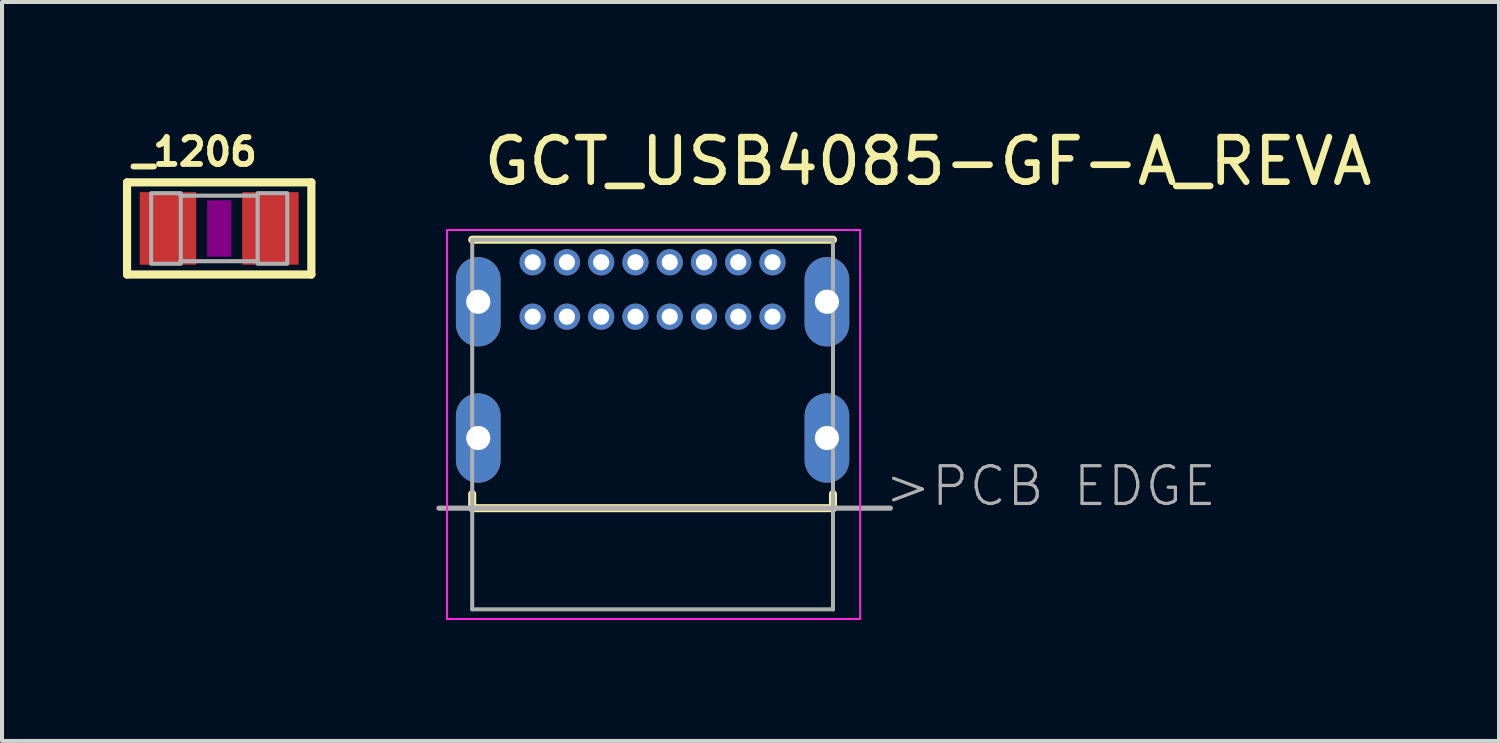
<source format=kicad_pcb>
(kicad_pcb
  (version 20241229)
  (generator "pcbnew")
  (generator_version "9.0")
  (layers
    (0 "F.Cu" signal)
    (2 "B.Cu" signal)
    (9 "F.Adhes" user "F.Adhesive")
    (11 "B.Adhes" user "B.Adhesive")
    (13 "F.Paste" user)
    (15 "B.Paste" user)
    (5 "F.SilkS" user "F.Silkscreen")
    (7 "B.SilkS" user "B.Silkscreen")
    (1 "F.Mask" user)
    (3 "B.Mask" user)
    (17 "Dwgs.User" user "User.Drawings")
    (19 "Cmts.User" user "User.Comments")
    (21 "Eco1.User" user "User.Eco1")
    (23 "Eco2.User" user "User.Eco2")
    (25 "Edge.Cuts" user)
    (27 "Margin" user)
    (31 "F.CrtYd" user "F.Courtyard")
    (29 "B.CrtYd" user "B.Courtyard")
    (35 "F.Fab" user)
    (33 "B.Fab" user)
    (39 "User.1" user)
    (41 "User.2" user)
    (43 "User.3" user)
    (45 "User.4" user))
  (footprint "GCT_USB4085-GF-A_REVA"
    (layer "F.Cu")
    (at 13.139 7.481)
    (property "Reference" "GCT_USB4085-GF-A_REVA" (at -4.273 -5.88 0) (layer "F.SilkS") (effects (font (size 1.105 1.105) (thickness 0.165)) (justify left bottom)))
    (fp_line (start -4.475 -4.585) (end 4.475 -4.585) (stroke (width 0.2) (type solid)) (layer "F.SilkS"))
    (fp_line (start -4.475 1.725) (end -4.475 2.075) (stroke (width 0.2) (type solid)) (layer "F.SilkS"))
    (fp_line (start -4.475 2.075) (end 4.475 2.075) (stroke (width 0.2) (type solid)) (layer "F.SilkS"))
    (fp_line (start 4.475 2.075) (end 4.475 1.725) (stroke (width 0.2) (type solid)) (layer "F.SilkS"))
    (fp_line (start -5.1 -4.825) (end 5.15 -4.825) (stroke (width 0.05) (type solid)) (layer "F.CrtYd"))
    (fp_line (start -5.1 4.825) (end -5.1 -4.825) (stroke (width 0.05) (type solid)) (layer "F.CrtYd"))
    (fp_line (start 5.15 -4.825) (end 5.15 4.825) (stroke (width 0.05) (type solid)) (layer "F.CrtYd"))
    (fp_line (start 5.15 4.825) (end -5.1 4.825) (stroke (width 0.05) (type solid)) (layer "F.CrtYd"))
    (fp_line (start -5.3 2.075) (end 5.9 2.075) (stroke (width 0.127) (type solid)) (layer "F.Fab"))
    (fp_line (start -4.475 -4.585) (end 4.475 -4.585) (stroke (width 0.1) (type solid)) (layer "F.Fab"))
    (fp_line (start -4.475 4.585) (end -4.475 -4.585) (stroke (width 0.1) (type solid)) (layer "F.Fab"))
    (fp_line (start 4.475 -4.585) (end 4.475 4.585) (stroke (width 0.1) (type solid)) (layer "F.Fab"))
    (fp_line (start 4.475 4.585) (end -4.475 4.585) (stroke (width 0.1) (type solid)) (layer "F.Fab"))
    (fp_text user ">PCB EDGE" (at 5.703 2.076 0) (layer "F.Fab") (effects (font (size 0.935 0.935) (thickness 0.081)) (justify left bottom)))
    (pad "A1" thru_hole circle (at -2.975 -4.025) (size 0.65 0.65) (drill 0.4) (layers "*.Cu" "*.Mask"))
    (pad "A4" thru_hole circle (at -2.125 -4.025) (size 0.65 0.65) (drill 0.4) (layers "*.Cu" "*.Mask"))
    (pad "A5" thru_hole circle (at -1.275 -4.025) (size 0.65 0.65) (drill 0.4) (layers "*.Cu" "*.Mask"))
    (pad "A6" thru_hole circle (at -0.425 -4.025) (size 0.65 0.65) (drill 0.4) (layers "*.Cu" "*.Mask"))
    (pad "A7" thru_hole circle (at 0.425 -4.025) (size 0.65 0.65) (drill 0.4) (layers "*.Cu" "*.Mask"))
    (pad "A8" thru_hole circle (at 1.275 -4.025) (size 0.65 0.65) (drill 0.4) (layers "*.Cu" "*.Mask"))
    (pad "A9" thru_hole circle (at 2.125 -4.025) (size 0.65 0.65) (drill 0.4) (layers "*.Cu" "*.Mask"))
    (pad "A12" thru_hole circle (at 2.975 -4.025) (size 0.65 0.65) (drill 0.4) (layers "*.Cu" "*.Mask"))
    (pad "B1" thru_hole circle (at 2.975 -2.675 180) (size 0.65 0.65) (drill 0.4) (layers "*.Cu" "*.Mask"))
    (pad "B4" thru_hole circle (at 2.125 -2.675 180) (size 0.65 0.65) (drill 0.4) (layers "*.Cu" "*.Mask"))
    (pad "B5" thru_hole circle (at 1.275 -2.675 180) (size 0.65 0.65) (drill 0.4) (layers "*.Cu" "*.Mask"))
    (pad "B6" thru_hole circle (at 0.425 -2.675 180) (size 0.65 0.65) (drill 0.4) (layers "*.Cu" "*.Mask"))
    (pad "B7" thru_hole circle (at -0.425 -2.675 180) (size 0.65 0.65) (drill 0.4) (layers "*.Cu" "*.Mask"))
    (pad "B8" thru_hole circle (at -1.275 -2.675 180) (size 0.65 0.65) (drill 0.4) (layers "*.Cu" "*.Mask"))
    (pad "B9" thru_hole circle (at -2.125 -2.675 180) (size 0.65 0.65) (drill 0.4) (layers "*.Cu" "*.Mask"))
    (pad "B12" thru_hole circle (at -2.975 -2.675 180) (size 0.65 0.65) (drill 0.4) (layers "*.Cu" "*.Mask"))
    (pad "P1" thru_hole oval (at -4.325 -3.045 90) (size 2.216 1.108) (drill 0.6) (layers "*.Cu" "*.Mask"))
    (pad "P2" thru_hole oval (at 4.325 -3.045 90) (size 2.216 1.108) (drill 0.6) (layers "*.Cu" "*.Mask"))
    (pad "P3" thru_hole oval (at 4.325 0.335 90) (size 2.216 1.108) (drill 0.6) (layers "*.Cu" "*.Mask"))
    (pad "P4" thru_hole oval (at -4.325 0.335 90) (size 2.216 1.108) (drill 0.6) (layers "*.Cu" "*.Mask")))
  (footprint "_1206"
    (layer "F.Cu")
    (at 2.388 2.617)
    (property "Reference" "_1206" (at -2.223 -1.511 0) (layer "F.SilkS") (effects (font (size 0.666 0.666) (thickness 0.146)) (justify left bottom)))
    (fp_line (start -2.286 -1.143) (end 2.286 -1.143) (stroke (width 0.203) (type solid)) (layer "F.SilkS"))
    (fp_line (start -2.286 1.143) (end -2.286 -1.143) (stroke (width 0.203) (type solid)) (layer "F.SilkS"))
    (fp_line (start 2.286 -1.143) (end 2.286 1.143) (stroke (width 0.203) (type solid)) (layer "F.SilkS"))
    (fp_line (start 2.286 1.143) (end -2.286 1.143) (stroke (width 0.203) (type solid)) (layer "F.SilkS"))
    (fp_poly (pts (xy -0.3 0.7) (xy 0.3 0.7) (xy 0.3 -0.7) (xy -0.3 -0.7)) (stroke (width 0) (type solid)) (fill yes) (layer "F.Adhes"))
    (fp_line (start 0.953 -0.813) (end -0.965 -0.813) (stroke (width 0.102) (type solid)) (layer "F.Fab"))
    (fp_line (start 0.953 0.813) (end -0.965 0.813) (stroke (width 0.102) (type solid)) (layer "F.Fab"))
    (fp_poly (pts (xy -1.689 0.876) (xy -0.953 0.876) (xy -0.953 -0.876) (xy -1.689 -0.876)) (stroke (width 0.1) (type solid)) (fill no) (layer "F.Fab"))
    (fp_poly (pts (xy 0.953 0.876) (xy 1.689 0.876) (xy 1.689 -0.876) (xy 0.953 -0.876)) (stroke (width 0.1) (type solid)) (fill no) (layer "F.Fab"))
    (pad "1" smd rect (at -1.27 0) (size 1.4 1.8) (layers "F.Cu" "F.Mask" "F.Paste"))
    (pad "2" smd rect (at 1.27 0) (size 1.4 1.8) (layers "F.Cu" "F.Mask" "F.Paste")))
  (gr_rect
    (start -3 -3)
    (end 34.136 15.331)
    (stroke (width 0.1) (type default))
    (fill no)
    (layer "Edge.Cuts")))
</source>
